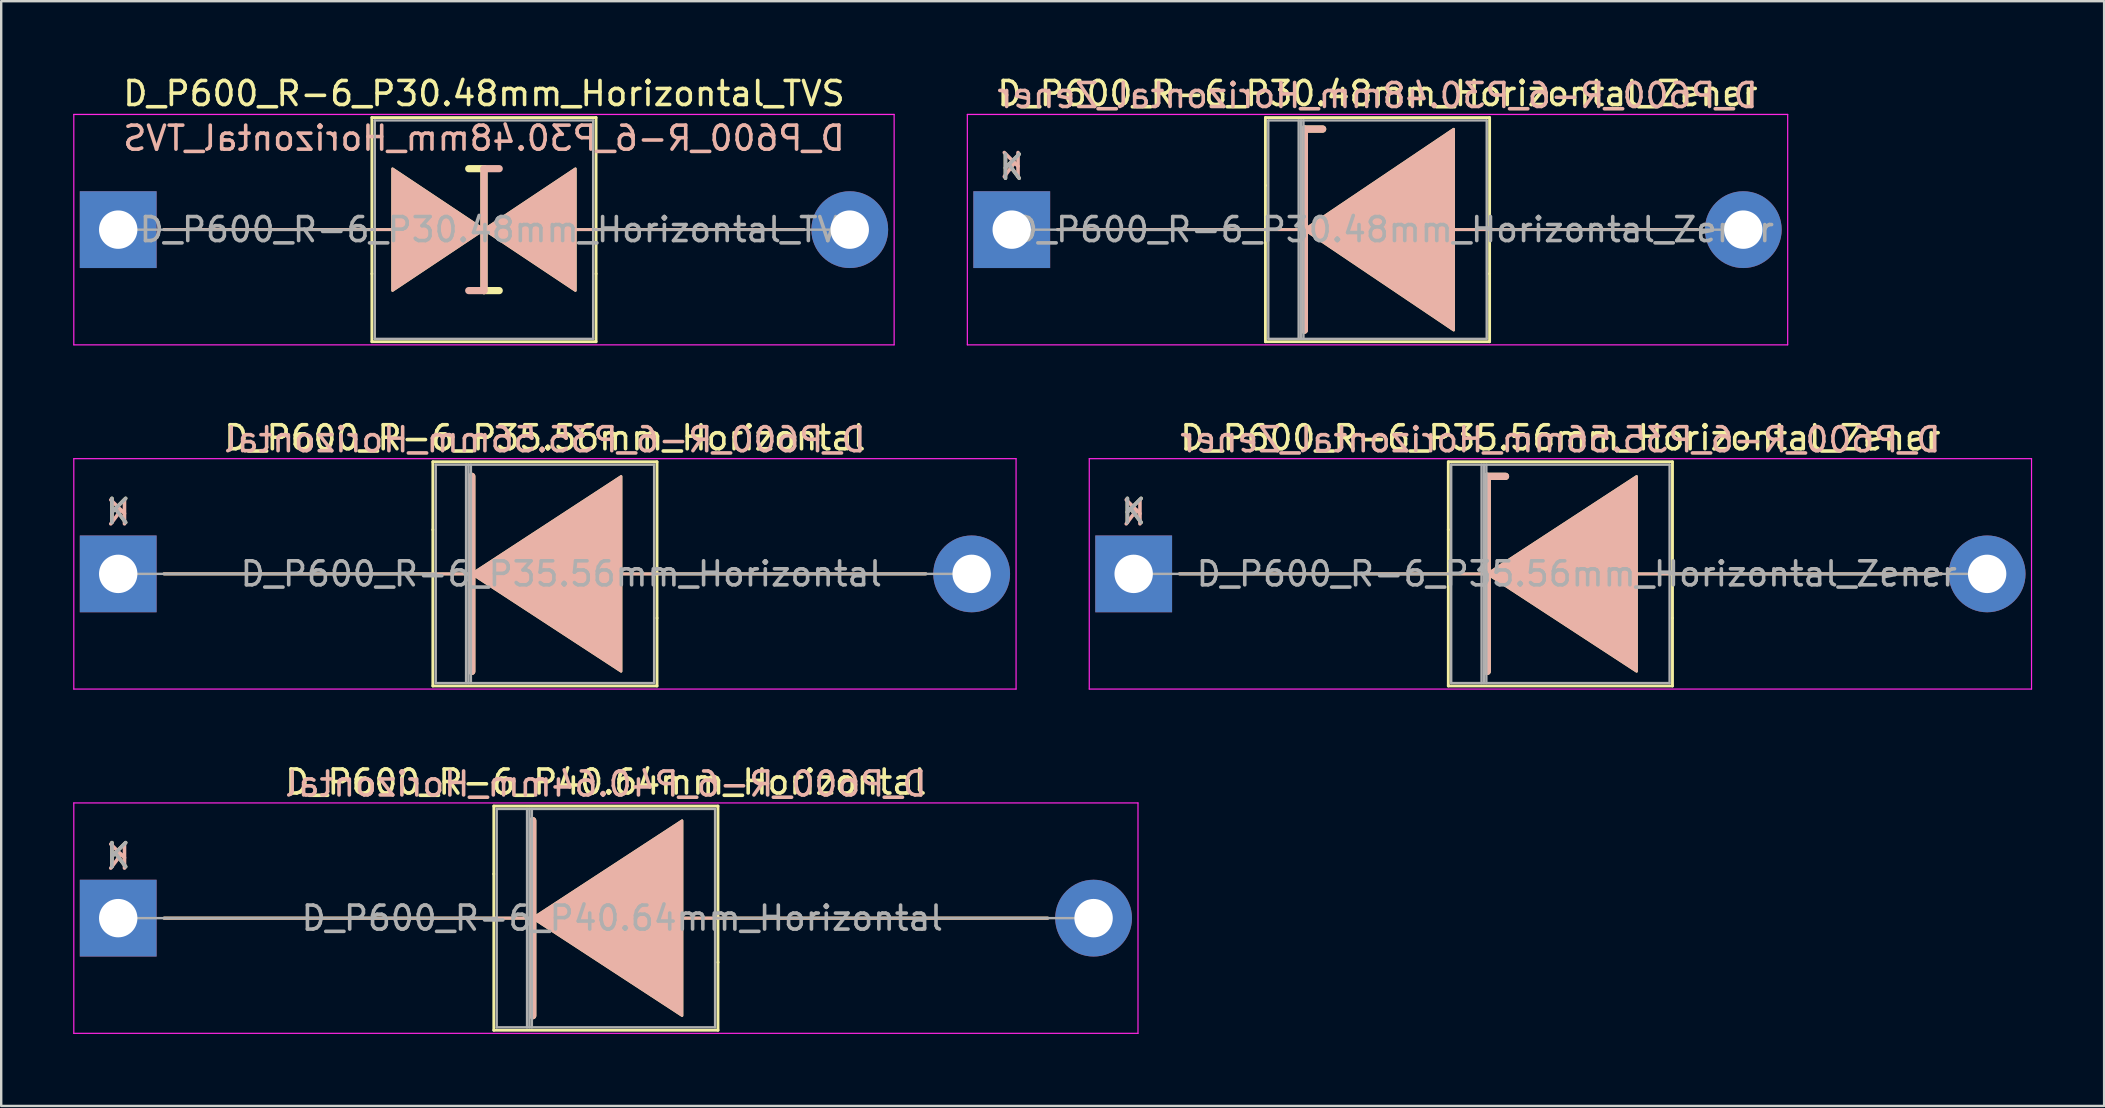
<source format=kicad_pcb>
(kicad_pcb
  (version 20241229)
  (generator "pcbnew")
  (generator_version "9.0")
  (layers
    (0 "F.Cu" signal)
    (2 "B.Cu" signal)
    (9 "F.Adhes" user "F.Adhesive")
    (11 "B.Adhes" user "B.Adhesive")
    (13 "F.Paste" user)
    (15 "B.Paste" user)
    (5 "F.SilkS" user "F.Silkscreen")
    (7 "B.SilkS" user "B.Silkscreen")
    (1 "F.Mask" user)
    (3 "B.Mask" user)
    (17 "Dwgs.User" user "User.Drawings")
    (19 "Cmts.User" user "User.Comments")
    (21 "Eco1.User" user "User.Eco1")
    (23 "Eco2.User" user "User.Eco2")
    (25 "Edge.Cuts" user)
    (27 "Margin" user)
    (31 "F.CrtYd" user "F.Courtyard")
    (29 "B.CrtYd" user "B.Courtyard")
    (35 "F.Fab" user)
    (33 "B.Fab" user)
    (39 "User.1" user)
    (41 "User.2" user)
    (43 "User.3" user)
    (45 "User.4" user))
  (footprint "D_P600_R-6_P35.56mm_Horizontal_Zener"
    (layer "F.Cu")
    (at 44.185 20.861)
    (property "Reference" "D_P600_R-6_P35.56mm_Horizontal_Zener" (at 17.78 -5.67 0) (layer "F.SilkS") (effects (font (size 1 1) (thickness 0.15))))
    (fp_line (start 13.11 -4.67) (end 22.45 -4.67) (stroke (width 0.12) (type solid)) (layer "F.SilkS"))
    (fp_line (start 13.11 -1.84) (end 13.11 -4.67) (stroke (width 0.12) (type solid)) (layer "F.SilkS"))
    (fp_line (start 13.11 -1.84) (end 13.11 4.67) (stroke (width 0.12) (type solid)) (layer "F.SilkS"))
    (fp_line (start 13.11 4.67) (end 22.45 4.67) (stroke (width 0.12) (type solid)) (layer "F.SilkS"))
    (fp_line (start 14.605 0) (end 1.905 0) (stroke (width 0.12) (type solid)) (layer "F.SilkS"))
    (fp_line (start 14.732 -4.064) (end 14.732 4.064) (stroke (width 0.3) (type solid)) (layer "F.SilkS"))
    (fp_line (start 14.732 -4.064) (end 15.494 -4.064) (stroke (width 0.3) (type solid)) (layer "F.SilkS"))
    (fp_line (start 20.828 0) (end 33.655 0) (stroke (width 0.12) (type solid)) (layer "F.SilkS"))
    (fp_line (start 22.45 -4.67) (end 22.45 1.84) (stroke (width 0.12) (type solid)) (layer "F.SilkS"))
    (fp_line (start 22.45 4.67) (end 22.45 1.84) (stroke (width 0.12) (type solid)) (layer "F.SilkS"))
    (fp_poly (pts (xy 20.955 4.064) (xy 14.732 0) (xy 20.955 -4.064)) (stroke (width 0.1) (type solid)) (fill yes) (layer "F.SilkS"))
    (fp_line (start 14.605 0) (end 1.905 0) (stroke (width 0.12) (type solid)) (layer "B.SilkS"))
    (fp_line (start 14.732 -4.064) (end 15.494 -4.064) (stroke (width 0.3) (type solid)) (layer "B.SilkS"))
    (fp_line (start 14.732 4.064) (end 14.732 -4.064) (stroke (width 0.3) (type solid)) (layer "B.SilkS"))
    (fp_line (start 20.828 0) (end 33.655 0) (stroke (width 0.12) (type solid)) (layer "B.SilkS"))
    (fp_poly (pts (xy 20.955 -4.064) (xy 14.732 0) (xy 20.955 4.064)) (stroke (width 0.1) (type solid)) (fill yes) (layer "B.SilkS"))
    (fp_line (start -1.85 -4.8) (end -1.85 4.8) (stroke (width 0.05) (type solid)) (layer "F.CrtYd"))
    (fp_line (start -1.85 4.8) (end 37.41 4.8) (stroke (width 0.05) (type solid)) (layer "F.CrtYd"))
    (fp_line (start 37.41 -4.8) (end -1.85 -4.8) (stroke (width 0.05) (type solid)) (layer "F.CrtYd"))
    (fp_line (start 37.41 4.8) (end 37.41 -4.8) (stroke (width 0.05) (type solid)) (layer "F.CrtYd"))
    (fp_line (start 0 0) (end 13.23 0) (stroke (width 0.1) (type solid)) (layer "F.Fab"))
    (fp_line (start 13.23 -4.55) (end 13.23 4.55) (stroke (width 0.1) (type solid)) (layer "F.Fab"))
    (fp_line (start 13.23 4.55) (end 22.33 4.55) (stroke (width 0.1) (type solid)) (layer "F.Fab"))
    (fp_line (start 14.495 -4.55) (end 14.495 4.55) (stroke (width 0.1) (type solid)) (layer "F.Fab"))
    (fp_line (start 14.595 -4.55) (end 14.595 4.55) (stroke (width 0.1) (type solid)) (layer "F.Fab"))
    (fp_line (start 14.695 -4.55) (end 14.695 4.55) (stroke (width 0.1) (type solid)) (layer "F.Fab"))
    (fp_line (start 22.33 -4.55) (end 13.23 -4.55) (stroke (width 0.1) (type solid)) (layer "F.Fab"))
    (fp_line (start 22.33 4.55) (end 22.33 -4.55) (stroke (width 0.1) (type solid)) (layer "F.Fab"))
    (fp_line (start 35.56 0) (end 22.33 0) (stroke (width 0.1) (type solid)) (layer "F.Fab"))
    (fp_text user "K" (at 0 -2.6 0) (layer "F.SilkS") (effects (font (size 1 1) (thickness 0.15))))
    (fp_text user "K" (at 0 -2.54 0) (layer "B.SilkS") (effects (font (size 1 1) (thickness 0.15)) (justify mirror)))
    (fp_text user "${REFERENCE}" (at 17.78 -5.588 0) (layer "B.SilkS") (effects (font (size 1 1) (thickness 0.15)) (justify mirror)))
    (fp_text user "K" (at 0 -2.6 0) (layer "F.Fab") (effects (font (size 1 1) (thickness 0.15))))
    (fp_text user "${REFERENCE}" (at 18.462 0 0) (layer "F.Fab") (effects (font (size 1 1) (thickness 0.15))))
    (pad "1" thru_hole rect (at 0 0) (size 3.2 3.2) (drill 1.6) (layers "*.Cu" "*.Mask"))
    (pad "2" thru_hole oval (at 35.56 0) (size 3.2 3.2) (drill 1.6) (layers "*.Cu" "*.Mask")))
  (footprint "D_P600_R-6_P40.64mm_Horizontal"
    (layer "F.Cu")
    (at 1.875 35.205)
    (property "Reference" "D_P600_R-6_P40.64mm_Horizontal" (at 20.32 -5.67 0) (layer "F.SilkS") (effects (font (size 1 1) (thickness 0.15))))
    (fp_line (start 15.65 -4.67) (end 24.99 -4.67) (stroke (width 0.12) (type solid)) (layer "F.SilkS"))
    (fp_line (start 15.65 -1.84) (end 15.65 -4.67) (stroke (width 0.12) (type solid)) (layer "F.SilkS"))
    (fp_line (start 15.65 -1.84) (end 15.65 4.67) (stroke (width 0.12) (type solid)) (layer "F.SilkS"))
    (fp_line (start 15.65 4.67) (end 24.99 4.67) (stroke (width 0.12) (type solid)) (layer "F.SilkS"))
    (fp_line (start 17.145 0) (end 1.905 0) (stroke (width 0.12) (type solid)) (layer "F.SilkS"))
    (fp_line (start 17.272 -4.064) (end 17.272 4.064) (stroke (width 0.3) (type solid)) (layer "F.SilkS"))
    (fp_line (start 23.368 0) (end 38.735 0) (stroke (width 0.12) (type solid)) (layer "F.SilkS"))
    (fp_line (start 24.99 -4.67) (end 24.99 1.84) (stroke (width 0.12) (type solid)) (layer "F.SilkS"))
    (fp_line (start 24.99 4.67) (end 24.99 1.84) (stroke (width 0.12) (type solid)) (layer "F.SilkS"))
    (fp_poly (pts (xy 23.495 4.064) (xy 17.272 0) (xy 23.495 -4.064)) (stroke (width 0.1) (type solid)) (fill yes) (layer "F.SilkS"))
    (fp_line (start 17.145 0) (end 1.905 0) (stroke (width 0.12) (type solid)) (layer "B.SilkS"))
    (fp_line (start 17.272 4.064) (end 17.272 -4.064) (stroke (width 0.3) (type solid)) (layer "B.SilkS"))
    (fp_line (start 23.368 0) (end 38.735 0) (stroke (width 0.12) (type solid)) (layer "B.SilkS"))
    (fp_poly (pts (xy 23.495 -4.064) (xy 17.272 0) (xy 23.495 4.064)) (stroke (width 0.1) (type solid)) (fill yes) (layer "B.SilkS"))
    (fp_line (start -1.85 -4.8) (end -1.85 4.8) (stroke (width 0.05) (type solid)) (layer "F.CrtYd"))
    (fp_line (start -1.85 4.8) (end 42.49 4.8) (stroke (width 0.05) (type solid)) (layer "F.CrtYd"))
    (fp_line (start 42.49 -4.8) (end -1.85 -4.8) (stroke (width 0.05) (type solid)) (layer "F.CrtYd"))
    (fp_line (start 42.49 4.8) (end 42.49 -4.8) (stroke (width 0.05) (type solid)) (layer "F.CrtYd"))
    (fp_line (start 0 0) (end 15.77 0) (stroke (width 0.1) (type solid)) (layer "F.Fab"))
    (fp_line (start 15.77 -4.55) (end 15.77 4.55) (stroke (width 0.1) (type solid)) (layer "F.Fab"))
    (fp_line (start 15.77 4.55) (end 24.87 4.55) (stroke (width 0.1) (type solid)) (layer "F.Fab"))
    (fp_line (start 17.035 -4.55) (end 17.035 4.55) (stroke (width 0.1) (type solid)) (layer "F.Fab"))
    (fp_line (start 17.135 -4.55) (end 17.135 4.55) (stroke (width 0.1) (type solid)) (layer "F.Fab"))
    (fp_line (start 17.235 -4.55) (end 17.235 4.55) (stroke (width 0.1) (type solid)) (layer "F.Fab"))
    (fp_line (start 24.87 -4.55) (end 15.77 -4.55) (stroke (width 0.1) (type solid)) (layer "F.Fab"))
    (fp_line (start 24.87 4.55) (end 24.87 -4.55) (stroke (width 0.1) (type solid)) (layer "F.Fab"))
    (fp_line (start 40.64 0) (end 24.87 0) (stroke (width 0.1) (type solid)) (layer "F.Fab"))
    (fp_text user "K" (at 0 -2.6 0) (layer "F.SilkS") (effects (font (size 1 1) (thickness 0.15))))
    (fp_text user "K" (at 0 -2.54 0) (layer "B.SilkS") (effects (font (size 1 1) (thickness 0.15)) (justify mirror)))
    (fp_text user "${REFERENCE}" (at 20.32 -5.588 0) (layer "B.SilkS") (effects (font (size 1 1) (thickness 0.15)) (justify mirror)))
    (fp_text user "K" (at 0 -2.6 0) (layer "F.Fab") (effects (font (size 1 1) (thickness 0.15))))
    (fp_text user "${REFERENCE}" (at 21.003 0 0) (layer "F.Fab") (effects (font (size 1 1) (thickness 0.15))))
    (pad "1" thru_hole rect (at 0 0) (size 3.2 3.2) (drill 1.6) (layers "*.Cu" "*.Mask"))
    (pad "2" thru_hole oval (at 40.64 0) (size 3.2 3.2) (drill 1.6) (layers "*.Cu" "*.Mask")))
  (footprint "D_P600_R-6_P30.48mm_Horizontal_Zener"
    (layer "F.Cu")
    (at 39.105 6.518)
    (property "Reference" "D_P600_R-6_P30.48mm_Horizontal_Zener" (at 15.24 -5.67 0) (layer "F.SilkS") (effects (font (size 1 1) (thickness 0.15))))
    (fp_line (start 10.57 -4.67) (end 19.91 -4.67) (stroke (width 0.12) (type solid)) (layer "F.SilkS"))
    (fp_line (start 10.57 -1.84) (end 10.57 -4.67) (stroke (width 0.12) (type solid)) (layer "F.SilkS"))
    (fp_line (start 10.57 -1.84) (end 10.57 4.67) (stroke (width 0.12) (type solid)) (layer "F.SilkS"))
    (fp_line (start 10.57 4.67) (end 19.91 4.67) (stroke (width 0.12) (type solid)) (layer "F.SilkS"))
    (fp_line (start 12.065 0) (end 1.905 0) (stroke (width 0.12) (type solid)) (layer "F.SilkS"))
    (fp_line (start 12.192 -4.191) (end 12.192 4.191) (stroke (width 0.3) (type solid)) (layer "F.SilkS"))
    (fp_line (start 12.192 -4.191) (end 12.954 -4.191) (stroke (width 0.3) (type solid)) (layer "F.SilkS"))
    (fp_line (start 18.288 0) (end 28.575 0) (stroke (width 0.12) (type solid)) (layer "F.SilkS"))
    (fp_line (start 19.91 -4.67) (end 19.91 1.84) (stroke (width 0.12) (type solid)) (layer "F.SilkS"))
    (fp_line (start 19.91 4.67) (end 19.91 1.84) (stroke (width 0.12) (type solid)) (layer "F.SilkS"))
    (fp_poly (pts (xy 18.415 4.191) (xy 12.192 0) (xy 18.415 -4.191)) (stroke (width 0.1) (type solid)) (fill yes) (layer "F.SilkS"))
    (fp_line (start 12.065 0) (end 1.905 0) (stroke (width 0.12) (type solid)) (layer "B.SilkS"))
    (fp_line (start 12.192 -4.191) (end 12.954 -4.191) (stroke (width 0.3) (type solid)) (layer "B.SilkS"))
    (fp_line (start 12.192 4.191) (end 12.192 -4.191) (stroke (width 0.3) (type solid)) (layer "B.SilkS"))
    (fp_line (start 18.288 0) (end 28.575 0) (stroke (width 0.12) (type solid)) (layer "B.SilkS"))
    (fp_poly (pts (xy 18.415 -4.191) (xy 12.192 0) (xy 18.415 4.191)) (stroke (width 0.1) (type solid)) (fill yes) (layer "B.SilkS"))
    (fp_line (start -1.85 -4.8) (end -1.85 4.8) (stroke (width 0.05) (type solid)) (layer "F.CrtYd"))
    (fp_line (start -1.85 4.8) (end 32.33 4.8) (stroke (width 0.05) (type solid)) (layer "F.CrtYd"))
    (fp_line (start 32.33 -4.8) (end -1.85 -4.8) (stroke (width 0.05) (type solid)) (layer "F.CrtYd"))
    (fp_line (start 32.33 4.8) (end 32.33 -4.8) (stroke (width 0.05) (type solid)) (layer "F.CrtYd"))
    (fp_line (start 0 0) (end 10.69 0) (stroke (width 0.1) (type solid)) (layer "F.Fab"))
    (fp_line (start 10.69 -4.55) (end 10.69 4.55) (stroke (width 0.1) (type solid)) (layer "F.Fab"))
    (fp_line (start 10.69 4.55) (end 19.79 4.55) (stroke (width 0.1) (type solid)) (layer "F.Fab"))
    (fp_line (start 11.955 -4.55) (end 11.955 4.55) (stroke (width 0.1) (type solid)) (layer "F.Fab"))
    (fp_line (start 12.055 -4.55) (end 12.055 4.55) (stroke (width 0.1) (type solid)) (layer "F.Fab"))
    (fp_line (start 12.155 -4.55) (end 12.155 4.55) (stroke (width 0.1) (type solid)) (layer "F.Fab"))
    (fp_line (start 19.79 -4.55) (end 10.69 -4.55) (stroke (width 0.1) (type solid)) (layer "F.Fab"))
    (fp_line (start 19.79 4.55) (end 19.79 -4.55) (stroke (width 0.1) (type solid)) (layer "F.Fab"))
    (fp_line (start 30.48 0) (end 19.79 0) (stroke (width 0.1) (type solid)) (layer "F.Fab"))
    (fp_text user "K" (at 0 -2.6 0) (layer "F.SilkS") (effects (font (size 1 1) (thickness 0.15))))
    (fp_text user "${REFERENCE}" (at 15.24 -5.588 0) (layer "B.SilkS") (effects (font (size 1 1) (thickness 0.15)) (justify mirror)))
    (fp_text user "K" (at 0 -2.667 0) (layer "B.SilkS") (effects (font (size 1 1) (thickness 0.15)) (justify mirror)))
    (fp_text user "K" (at 0 -2.6 0) (layer "F.Fab") (effects (font (size 1 1) (thickness 0.15))))
    (fp_text user "${REFERENCE}" (at 15.922 0 0) (layer "F.Fab") (effects (font (size 1 1) (thickness 0.15))))
    (pad "1" thru_hole rect (at 0 0) (size 3.2 3.2) (drill 1.6) (layers "*.Cu" "*.Mask"))
    (pad "2" thru_hole oval (at 30.48 0) (size 3.2 3.2) (drill 1.6) (layers "*.Cu" "*.Mask")))
  (footprint "D_P600_R-6_P30.48mm_Horizontal_TVS"
    (layer "F.Cu")
    (at 1.875 6.518)
    (property "Reference" "D_P600_R-6_P30.48mm_Horizontal_TVS" (at 15.24 -5.67 0) (layer "F.SilkS") (effects (font (size 1 1) (thickness 0.15))))
    (fp_line (start 1.905 0) (end 11.43 0) (stroke (width 0.12) (type solid)) (layer "F.SilkS"))
    (fp_line (start 10.57 -4.67) (end 19.91 -4.67) (stroke (width 0.12) (type solid)) (layer "F.SilkS"))
    (fp_line (start 10.57 1.84) (end 10.57 -4.67) (stroke (width 0.12) (type solid)) (layer "F.SilkS"))
    (fp_line (start 10.57 1.84) (end 10.57 4.67) (stroke (width 0.12) (type solid)) (layer "F.SilkS"))
    (fp_line (start 10.57 4.67) (end 19.91 4.67) (stroke (width 0.12) (type solid)) (layer "F.SilkS"))
    (fp_line (start 15.24 -2.54) (end 14.605 -2.54) (stroke (width 0.3) (type solid)) (layer "F.SilkS"))
    (fp_line (start 15.24 2.54) (end 15.24 -2.54) (stroke (width 0.3) (type solid)) (layer "F.SilkS"))
    (fp_line (start 15.875 2.54) (end 15.24 2.54) (stroke (width 0.3) (type solid)) (layer "F.SilkS"))
    (fp_line (start 19.91 -4.67) (end 19.91 1.84) (stroke (width 0.12) (type solid)) (layer "F.SilkS"))
    (fp_line (start 19.91 4.67) (end 19.91 1.84) (stroke (width 0.12) (type solid)) (layer "F.SilkS"))
    (fp_line (start 28.575 0) (end 19.05 0) (stroke (width 0.12) (type solid)) (layer "F.SilkS"))
    (fp_poly (pts (xy 15.24 0) (xy 11.43 2.54) (xy 11.43 -2.54)) (stroke (width 0.1) (type solid)) (fill yes) (layer "F.SilkS"))
    (fp_poly (pts (xy 15.24 0) (xy 19.05 -2.54) (xy 19.05 2.54)) (stroke (width 0.1) (type solid)) (fill yes) (layer "F.SilkS"))
    (fp_line (start 1.905 0) (end 11.43 0) (stroke (width 0.12) (type solid)) (layer "B.SilkS"))
    (fp_line (start 15.24 -2.54) (end 15.24 2.54) (stroke (width 0.3) (type solid)) (layer "B.SilkS"))
    (fp_line (start 15.24 2.54) (end 14.605 2.54) (stroke (width 0.3) (type solid)) (layer "B.SilkS"))
    (fp_line (start 15.875 -2.54) (end 15.24 -2.54) (stroke (width 0.3) (type solid)) (layer "B.SilkS"))
    (fp_line (start 28.575 0) (end 19.05 0) (stroke (width 0.12) (type solid)) (layer "B.SilkS"))
    (fp_poly (pts (xy 15.24 0) (xy 11.43 -2.54) (xy 11.43 2.54)) (stroke (width 0.1) (type solid)) (fill yes) (layer "B.SilkS"))
    (fp_poly (pts (xy 15.24 0) (xy 19.05 2.54) (xy 19.05 -2.54)) (stroke (width 0.1) (type solid)) (fill yes) (layer "B.SilkS"))
    (fp_line (start -1.85 -4.8) (end -1.85 4.8) (stroke (width 0.05) (type solid)) (layer "F.CrtYd"))
    (fp_line (start -1.85 4.8) (end 32.33 4.8) (stroke (width 0.05) (type solid)) (layer "F.CrtYd"))
    (fp_line (start 32.33 -4.8) (end -1.85 -4.8) (stroke (width 0.05) (type solid)) (layer "F.CrtYd"))
    (fp_line (start 32.33 4.8) (end 32.33 -4.8) (stroke (width 0.05) (type solid)) (layer "F.CrtYd"))
    (fp_line (start 0 0) (end 10.69 0) (stroke (width 0.1) (type solid)) (layer "F.Fab"))
    (fp_line (start 10.69 -4.55) (end 10.69 4.55) (stroke (width 0.1) (type solid)) (layer "F.Fab"))
    (fp_line (start 10.69 4.55) (end 19.79 4.55) (stroke (width 0.1) (type solid)) (layer "F.Fab"))
    (fp_line (start 19.79 -4.55) (end 10.69 -4.55) (stroke (width 0.1) (type solid)) (layer "F.Fab"))
    (fp_line (start 19.79 4.55) (end 19.79 -4.55) (stroke (width 0.1) (type solid)) (layer "F.Fab"))
    (fp_line (start 30.48 0) (end 19.79 0) (stroke (width 0.1) (type solid)) (layer "F.Fab"))
    (fp_text user "${REFERENCE}" (at 15.24 -3.81 0) (layer "B.SilkS") (effects (font (size 1 1) (thickness 0.15)) (justify mirror)))
    (fp_text user "${REFERENCE}" (at 15.922 0 0) (layer "F.Fab") (effects (font (size 1 1) (thickness 0.15))))
    (pad "1" thru_hole rect (at 0 0) (size 3.2 3.2) (drill 1.6) (layers "*.Cu" "*.Mask"))
    (pad "2" thru_hole oval (at 30.48 0) (size 3.2 3.2) (drill 1.6) (layers "*.Cu" "*.Mask")))
  (footprint "D_P600_R-6_P35.56mm_Horizontal"
    (layer "F.Cu")
    (at 1.875 20.861)
    (property "Reference" "D_P600_R-6_P35.56mm_Horizontal" (at 17.78 -5.67 0) (layer "F.SilkS") (effects (font (size 1 1) (thickness 0.15))))
    (fp_line (start 13.11 -4.67) (end 22.45 -4.67) (stroke (width 0.12) (type solid)) (layer "F.SilkS"))
    (fp_line (start 13.11 -1.84) (end 13.11 -4.67) (stroke (width 0.12) (type solid)) (layer "F.SilkS"))
    (fp_line (start 13.11 -1.84) (end 13.11 4.67) (stroke (width 0.12) (type solid)) (layer "F.SilkS"))
    (fp_line (start 13.11 4.67) (end 22.45 4.67) (stroke (width 0.12) (type solid)) (layer "F.SilkS"))
    (fp_line (start 14.605 0) (end 1.905 0) (stroke (width 0.12) (type solid)) (layer "F.SilkS"))
    (fp_line (start 14.732 -4.064) (end 14.732 4.064) (stroke (width 0.3) (type solid)) (layer "F.SilkS"))
    (fp_line (start 20.828 0) (end 33.655 0) (stroke (width 0.12) (type solid)) (layer "F.SilkS"))
    (fp_line (start 22.45 -4.67) (end 22.45 1.84) (stroke (width 0.12) (type solid)) (layer "F.SilkS"))
    (fp_line (start 22.45 4.67) (end 22.45 1.84) (stroke (width 0.12) (type solid)) (layer "F.SilkS"))
    (fp_poly (pts (xy 20.955 4.064) (xy 14.732 0) (xy 20.955 -4.064)) (stroke (width 0.1) (type solid)) (fill yes) (layer "F.SilkS"))
    (fp_line (start 14.605 0) (end 1.905 0) (stroke (width 0.12) (type solid)) (layer "B.SilkS"))
    (fp_line (start 14.732 4.064) (end 14.732 -4.064) (stroke (width 0.3) (type solid)) (layer "B.SilkS"))
    (fp_line (start 20.828 0) (end 33.655 0) (stroke (width 0.12) (type solid)) (layer "B.SilkS"))
    (fp_poly (pts (xy 20.955 -4.064) (xy 14.732 0) (xy 20.955 4.064)) (stroke (width 0.1) (type solid)) (fill yes) (layer "B.SilkS"))
    (fp_line (start -1.85 -4.8) (end -1.85 4.8) (stroke (width 0.05) (type solid)) (layer "F.CrtYd"))
    (fp_line (start -1.85 4.8) (end 37.41 4.8) (stroke (width 0.05) (type solid)) (layer "F.CrtYd"))
    (fp_line (start 37.41 -4.8) (end -1.85 -4.8) (stroke (width 0.05) (type solid)) (layer "F.CrtYd"))
    (fp_line (start 37.41 4.8) (end 37.41 -4.8) (stroke (width 0.05) (type solid)) (layer "F.CrtYd"))
    (fp_line (start 0 0) (end 13.23 0) (stroke (width 0.1) (type solid)) (layer "F.Fab"))
    (fp_line (start 13.23 -4.55) (end 13.23 4.55) (stroke (width 0.1) (type solid)) (layer "F.Fab"))
    (fp_line (start 13.23 4.55) (end 22.33 4.55) (stroke (width 0.1) (type solid)) (layer "F.Fab"))
    (fp_line (start 14.495 -4.55) (end 14.495 4.55) (stroke (width 0.1) (type solid)) (layer "F.Fab"))
    (fp_line (start 14.595 -4.55) (end 14.595 4.55) (stroke (width 0.1) (type solid)) (layer "F.Fab"))
    (fp_line (start 14.695 -4.55) (end 14.695 4.55) (stroke (width 0.1) (type solid)) (layer "F.Fab"))
    (fp_line (start 22.33 -4.55) (end 13.23 -4.55) (stroke (width 0.1) (type solid)) (layer "F.Fab"))
    (fp_line (start 22.33 4.55) (end 22.33 -4.55) (stroke (width 0.1) (type solid)) (layer "F.Fab"))
    (fp_line (start 35.56 0) (end 22.33 0) (stroke (width 0.1) (type solid)) (layer "F.Fab"))
    (fp_text user "K" (at 0 -2.6 0) (layer "F.SilkS") (effects (font (size 1 1) (thickness 0.15))))
    (fp_text user "${REFERENCE}" (at 17.78 -5.588 0) (layer "B.SilkS") (effects (font (size 1 1) (thickness 0.15)) (justify mirror)))
    (fp_text user "K" (at 0 -2.54 0) (layer "B.SilkS") (effects (font (size 1 1) (thickness 0.15)) (justify mirror)))
    (fp_text user "K" (at 0 -2.6 0) (layer "F.Fab") (effects (font (size 1 1) (thickness 0.15))))
    (fp_text user "${REFERENCE}" (at 18.462 0 0) (layer "F.Fab") (effects (font (size 1 1) (thickness 0.15))))
    (pad "1" thru_hole rect (at 0 0) (size 3.2 3.2) (drill 1.6) (layers "*.Cu" "*.Mask"))
    (pad "2" thru_hole oval (at 35.56 0) (size 3.2 3.2) (drill 1.6) (layers "*.Cu" "*.Mask")))
  (gr_rect
    (start -3 -3)
    (end 84.62 43.03)
    (stroke (width 0.1) (type default))
    (fill no)
    (layer "Edge.Cuts")))
</source>
